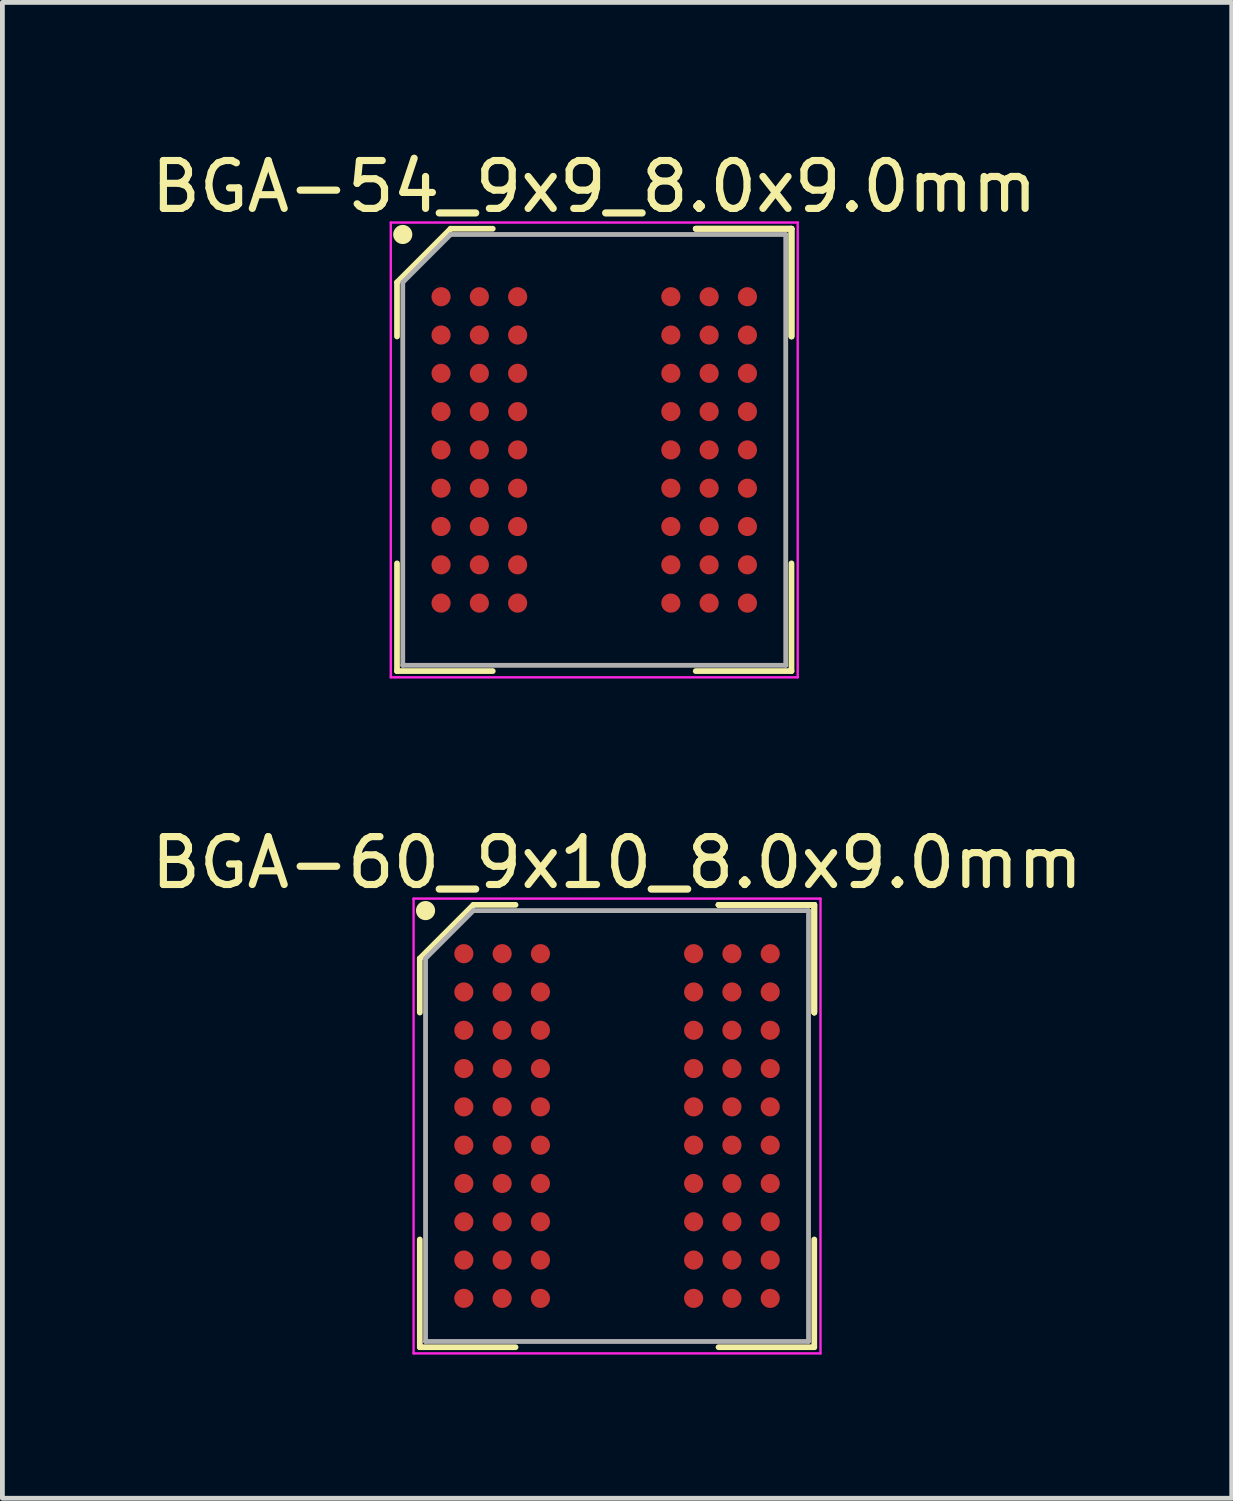
<source format=kicad_pcb>
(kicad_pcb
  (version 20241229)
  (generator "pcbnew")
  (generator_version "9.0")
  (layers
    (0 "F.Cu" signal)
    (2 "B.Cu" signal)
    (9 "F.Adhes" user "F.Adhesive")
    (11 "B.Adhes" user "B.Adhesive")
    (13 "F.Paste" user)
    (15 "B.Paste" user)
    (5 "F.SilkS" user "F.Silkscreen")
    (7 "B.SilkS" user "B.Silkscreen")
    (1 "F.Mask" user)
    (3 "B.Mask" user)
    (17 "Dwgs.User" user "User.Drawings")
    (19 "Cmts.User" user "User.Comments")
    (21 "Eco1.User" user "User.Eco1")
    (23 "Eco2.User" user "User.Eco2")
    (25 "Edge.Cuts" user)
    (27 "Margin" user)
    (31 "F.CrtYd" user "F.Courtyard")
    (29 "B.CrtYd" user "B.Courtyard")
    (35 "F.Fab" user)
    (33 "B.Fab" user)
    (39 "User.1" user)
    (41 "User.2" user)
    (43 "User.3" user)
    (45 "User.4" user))
  (footprint "BGA-60_9x10_8.0x9.0mm"
    (layer "F.Cu")
    (at 9.839 20.471)
    (property "Reference" "BGA-60_9x10_8.0x9.0mm" (at 0 -5.5 0) (layer "F.SilkS") (effects (font (size 1 1) (thickness 0.15))))
    (attr smd)
    (fp_line (start -4.12 -3.5) (end -4.12 -2.37) (stroke (width 0.12) (type solid)) (layer "F.SilkS"))
    (fp_line (start -4.12 4.62) (end -4.12 2.37) (stroke (width 0.12) (type solid)) (layer "F.SilkS"))
    (fp_line (start -3 -4.62) (end -4.12 -3.5) (stroke (width 0.12) (type solid)) (layer "F.SilkS"))
    (fp_line (start -2.12 -4.62) (end -3 -4.62) (stroke (width 0.12) (type solid)) (layer "F.SilkS"))
    (fp_line (start -2.12 4.62) (end -4.12 4.62) (stroke (width 0.12) (type solid)) (layer "F.SilkS"))
    (fp_line (start 2.12 -4.62) (end 4.12 -4.62) (stroke (width 0.12) (type solid)) (layer "F.SilkS"))
    (fp_line (start 2.12 -4.62) (end 4.12 -4.62) (stroke (width 0.12) (type solid)) (layer "F.SilkS"))
    (fp_line (start 2.12 -4.62) (end 4.12 -4.62) (stroke (width 0.12) (type solid)) (layer "F.SilkS"))
    (fp_line (start 2.12 4.62) (end 4.12 4.62) (stroke (width 0.12) (type solid)) (layer "F.SilkS"))
    (fp_line (start 4.12 -4.62) (end 4.12 -2.37) (stroke (width 0.12) (type solid)) (layer "F.SilkS"))
    (fp_line (start 4.12 -4.62) (end 4.12 -2.37) (stroke (width 0.12) (type solid)) (layer "F.SilkS"))
    (fp_line (start 4.12 -4.62) (end 4.12 -2.37) (stroke (width 0.12) (type solid)) (layer "F.SilkS"))
    (fp_line (start 4.12 4.62) (end 4.12 2.37) (stroke (width 0.12) (type solid)) (layer "F.SilkS"))
    (fp_circle (center -4 -4.5) (end -4 -4.4) (stroke (width 0.2) (type solid)) (fill no) (layer "F.SilkS"))
    (fp_line (start -4.25 -4.75) (end 4.25 -4.75) (stroke (width 0.05) (type solid)) (layer "F.CrtYd"))
    (fp_line (start -4.25 4.75) (end -4.25 -4.75) (stroke (width 0.05) (type solid)) (layer "F.CrtYd"))
    (fp_line (start 4.25 -4.75) (end 4.25 4.75) (stroke (width 0.05) (type solid)) (layer "F.CrtYd"))
    (fp_line (start 4.25 4.75) (end -4.25 4.75) (stroke (width 0.05) (type solid)) (layer "F.CrtYd"))
    (fp_line (start -4 -3.5) (end -4 4.5) (stroke (width 0.1) (type solid)) (layer "F.Fab"))
    (fp_line (start -4 4.5) (end 4 4.5) (stroke (width 0.1) (type solid)) (layer "F.Fab"))
    (fp_line (start -3 -4.5) (end -4 -3.5) (stroke (width 0.1) (type solid)) (layer "F.Fab"))
    (fp_line (start 4 -4.5) (end -3 -4.5) (stroke (width 0.1) (type solid)) (layer "F.Fab"))
    (fp_line (start 4 4.5) (end 4 -4.5) (stroke (width 0.1) (type solid)) (layer "F.Fab"))
    (pad "A1" smd circle (at -3.2 -3.6) (size 0.4 0.4) (layers "F.Cu" "F.Mask" "F.Paste"))
    (pad "A2" smd circle (at -2.4 -3.6) (size 0.4 0.4) (layers "F.Cu" "F.Mask" "F.Paste"))
    (pad "A3" smd circle (at -1.6 -3.6) (size 0.4 0.4) (layers "F.Cu" "F.Mask" "F.Paste"))
    (pad "A7" smd circle (at 1.6 -3.6) (size 0.4 0.4) (layers "F.Cu" "F.Mask" "F.Paste"))
    (pad "A8" smd circle (at 2.4 -3.6) (size 0.4 0.4) (layers "F.Cu" "F.Mask" "F.Paste"))
    (pad "A9" smd circle (at 3.2 -3.6) (size 0.4 0.4) (layers "F.Cu" "F.Mask" "F.Paste"))
    (pad "B1" smd circle (at -3.2 -2.8) (size 0.4 0.4) (layers "F.Cu" "F.Mask" "F.Paste"))
    (pad "B2" smd circle (at -2.4 -2.8) (size 0.4 0.4) (layers "F.Cu" "F.Mask" "F.Paste"))
    (pad "B3" smd circle (at -1.6 -2.8) (size 0.4 0.4) (layers "F.Cu" "F.Mask" "F.Paste"))
    (pad "B7" smd circle (at 1.6 -2.8) (size 0.4 0.4) (layers "F.Cu" "F.Mask" "F.Paste"))
    (pad "B8" smd circle (at 2.4 -2.8) (size 0.4 0.4) (layers "F.Cu" "F.Mask" "F.Paste"))
    (pad "B9" smd circle (at 3.2 -2.8) (size 0.4 0.4) (layers "F.Cu" "F.Mask" "F.Paste"))
    (pad "C1" smd circle (at -3.2 -2) (size 0.4 0.4) (layers "F.Cu" "F.Mask" "F.Paste"))
    (pad "C2" smd circle (at -2.4 -2) (size 0.4 0.4) (layers "F.Cu" "F.Mask" "F.Paste"))
    (pad "C3" smd circle (at -1.6 -2) (size 0.4 0.4) (layers "F.Cu" "F.Mask" "F.Paste"))
    (pad "C7" smd circle (at 1.6 -2) (size 0.4 0.4) (layers "F.Cu" "F.Mask" "F.Paste"))
    (pad "C8" smd circle (at 2.4 -2) (size 0.4 0.4) (layers "F.Cu" "F.Mask" "F.Paste"))
    (pad "C9" smd circle (at 3.2 -2) (size 0.4 0.4) (layers "F.Cu" "F.Mask" "F.Paste"))
    (pad "D1" smd circle (at -3.2 -1.2) (size 0.4 0.4) (layers "F.Cu" "F.Mask" "F.Paste"))
    (pad "D2" smd circle (at -2.4 -1.2) (size 0.4 0.4) (layers "F.Cu" "F.Mask" "F.Paste"))
    (pad "D3" smd circle (at -1.6 -1.2) (size 0.4 0.4) (layers "F.Cu" "F.Mask" "F.Paste"))
    (pad "D7" smd circle (at 1.6 -1.2) (size 0.4 0.4) (layers "F.Cu" "F.Mask" "F.Paste"))
    (pad "D8" smd circle (at 2.4 -1.2) (size 0.4 0.4) (layers "F.Cu" "F.Mask" "F.Paste"))
    (pad "D9" smd circle (at 3.2 -1.2) (size 0.4 0.4) (layers "F.Cu" "F.Mask" "F.Paste"))
    (pad "E1" smd circle (at -3.2 -0.4) (size 0.4 0.4) (layers "F.Cu" "F.Mask" "F.Paste"))
    (pad "E2" smd circle (at -2.4 -0.4) (size 0.4 0.4) (layers "F.Cu" "F.Mask" "F.Paste"))
    (pad "E3" smd circle (at -1.6 -0.4) (size 0.4 0.4) (layers "F.Cu" "F.Mask" "F.Paste"))
    (pad "E7" smd circle (at 1.6 -0.4) (size 0.4 0.4) (layers "F.Cu" "F.Mask" "F.Paste"))
    (pad "E8" smd circle (at 2.4 -0.4) (size 0.4 0.4) (layers "F.Cu" "F.Mask" "F.Paste"))
    (pad "E9" smd circle (at 3.2 -0.4) (size 0.4 0.4) (layers "F.Cu" "F.Mask" "F.Paste"))
    (pad "F1" smd circle (at -3.2 0.4) (size 0.4 0.4) (layers "F.Cu" "F.Mask" "F.Paste"))
    (pad "F2" smd circle (at -2.4 0.4) (size 0.4 0.4) (layers "F.Cu" "F.Mask" "F.Paste"))
    (pad "F3" smd circle (at -1.6 0.4) (size 0.4 0.4) (layers "F.Cu" "F.Mask" "F.Paste"))
    (pad "F7" smd circle (at 1.6 0.4) (size 0.4 0.4) (layers "F.Cu" "F.Mask" "F.Paste"))
    (pad "F8" smd circle (at 2.4 0.4) (size 0.4 0.4) (layers "F.Cu" "F.Mask" "F.Paste"))
    (pad "F9" smd circle (at 3.2 0.4) (size 0.4 0.4) (layers "F.Cu" "F.Mask" "F.Paste"))
    (pad "G1" smd circle (at -3.2 1.2) (size 0.4 0.4) (layers "F.Cu" "F.Mask" "F.Paste"))
    (pad "G2" smd circle (at -2.4 1.2) (size 0.4 0.4) (layers "F.Cu" "F.Mask" "F.Paste"))
    (pad "G3" smd circle (at -1.6 1.2) (size 0.4 0.4) (layers "F.Cu" "F.Mask" "F.Paste"))
    (pad "G7" smd circle (at 1.6 1.2) (size 0.4 0.4) (layers "F.Cu" "F.Mask" "F.Paste"))
    (pad "G8" smd circle (at 2.4 1.2) (size 0.4 0.4) (layers "F.Cu" "F.Mask" "F.Paste"))
    (pad "G9" smd circle (at 3.2 1.2) (size 0.4 0.4) (layers "F.Cu" "F.Mask" "F.Paste"))
    (pad "H1" smd circle (at -3.2 2) (size 0.4 0.4) (layers "F.Cu" "F.Mask" "F.Paste"))
    (pad "H2" smd circle (at -2.4 2) (size 0.4 0.4) (layers "F.Cu" "F.Mask" "F.Paste"))
    (pad "H3" smd circle (at -1.6 2) (size 0.4 0.4) (layers "F.Cu" "F.Mask" "F.Paste"))
    (pad "H7" smd circle (at 1.6 2) (size 0.4 0.4) (layers "F.Cu" "F.Mask" "F.Paste"))
    (pad "H8" smd circle (at 2.4 2) (size 0.4 0.4) (layers "F.Cu" "F.Mask" "F.Paste"))
    (pad "H9" smd circle (at 3.2 2) (size 0.4 0.4) (layers "F.Cu" "F.Mask" "F.Paste"))
    (pad "J1" smd circle (at -3.2 2.8) (size 0.4 0.4) (layers "F.Cu" "F.Mask" "F.Paste"))
    (pad "J2" smd circle (at -2.4 2.8) (size 0.4 0.4) (layers "F.Cu" "F.Mask" "F.Paste"))
    (pad "J3" smd circle (at -1.6 2.8) (size 0.4 0.4) (layers "F.Cu" "F.Mask" "F.Paste"))
    (pad "J7" smd circle (at 1.6 2.8) (size 0.4 0.4) (layers "F.Cu" "F.Mask" "F.Paste"))
    (pad "J8" smd circle (at 2.4 2.8) (size 0.4 0.4) (layers "F.Cu" "F.Mask" "F.Paste"))
    (pad "J9" smd circle (at 3.2 2.8) (size 0.4 0.4) (layers "F.Cu" "F.Mask" "F.Paste"))
    (pad "K1" smd circle (at -3.2 3.6) (size 0.4 0.4) (layers "F.Cu" "F.Mask" "F.Paste"))
    (pad "K2" smd circle (at -2.4 3.6) (size 0.4 0.4) (layers "F.Cu" "F.Mask" "F.Paste"))
    (pad "K3" smd circle (at -1.6 3.6) (size 0.4 0.4) (layers "F.Cu" "F.Mask" "F.Paste"))
    (pad "K7" smd circle (at 1.6 3.6) (size 0.4 0.4) (layers "F.Cu" "F.Mask" "F.Paste"))
    (pad "K8" smd circle (at 2.4 3.6) (size 0.4 0.4) (layers "F.Cu" "F.Mask" "F.Paste"))
    (pad "K9" smd circle (at 3.2 3.6) (size 0.4 0.4) (layers "F.Cu" "F.Mask" "F.Paste")))
  (footprint "BGA-54_9x9_8.0x9.0mm"
    (layer "F.Cu")
    (at 9.363 6.348)
    (property "Reference" "BGA-54_9x9_8.0x9.0mm" (at 0 -5.5 0) (layer "F.SilkS") (effects (font (size 1 1) (thickness 0.15))))
    (attr through_hole)
    (fp_line (start -4.12 -3.5) (end -4.12 -2.37) (stroke (width 0.12) (type solid)) (layer "F.SilkS"))
    (fp_line (start -4.12 4.62) (end -4.12 2.37) (stroke (width 0.12) (type solid)) (layer "F.SilkS"))
    (fp_line (start -3 -4.62) (end -4.12 -3.5) (stroke (width 0.12) (type solid)) (layer "F.SilkS"))
    (fp_line (start -2.12 -4.62) (end -3 -4.62) (stroke (width 0.12) (type solid)) (layer "F.SilkS"))
    (fp_line (start -2.12 4.62) (end -4.12 4.62) (stroke (width 0.12) (type solid)) (layer "F.SilkS"))
    (fp_line (start 2.12 -4.62) (end 4.12 -4.62) (stroke (width 0.12) (type solid)) (layer "F.SilkS"))
    (fp_line (start 2.12 -4.62) (end 4.12 -4.62) (stroke (width 0.12) (type solid)) (layer "F.SilkS"))
    (fp_line (start 2.12 -4.62) (end 4.12 -4.62) (stroke (width 0.12) (type solid)) (layer "F.SilkS"))
    (fp_line (start 2.12 4.62) (end 4.12 4.62) (stroke (width 0.12) (type solid)) (layer "F.SilkS"))
    (fp_line (start 4.12 -4.62) (end 4.12 -2.37) (stroke (width 0.12) (type solid)) (layer "F.SilkS"))
    (fp_line (start 4.12 -4.62) (end 4.12 -2.37) (stroke (width 0.12) (type solid)) (layer "F.SilkS"))
    (fp_line (start 4.12 -4.62) (end 4.12 -2.37) (stroke (width 0.12) (type solid)) (layer "F.SilkS"))
    (fp_line (start 4.12 4.62) (end 4.12 2.37) (stroke (width 0.12) (type solid)) (layer "F.SilkS"))
    (fp_circle (center -4 -4.5) (end -4 -4.4) (stroke (width 0.2) (type solid)) (fill no) (layer "F.SilkS"))
    (fp_line (start -4.25 -4.75) (end 4.25 -4.75) (stroke (width 0.05) (type solid)) (layer "F.CrtYd"))
    (fp_line (start -4.25 4.75) (end -4.25 -4.75) (stroke (width 0.05) (type solid)) (layer "F.CrtYd"))
    (fp_line (start 4.25 -4.75) (end 4.25 4.75) (stroke (width 0.05) (type solid)) (layer "F.CrtYd"))
    (fp_line (start 4.25 4.75) (end -4.25 4.75) (stroke (width 0.05) (type solid)) (layer "F.CrtYd"))
    (fp_line (start -4 -3.5) (end -4 4.5) (stroke (width 0.1) (type solid)) (layer "F.Fab"))
    (fp_line (start -4 4.5) (end 4 4.5) (stroke (width 0.1) (type solid)) (layer "F.Fab"))
    (fp_line (start -3 -4.5) (end -4 -3.5) (stroke (width 0.1) (type solid)) (layer "F.Fab"))
    (fp_line (start 4 -4.5) (end -3 -4.5) (stroke (width 0.1) (type solid)) (layer "F.Fab"))
    (fp_line (start 4 4.5) (end 4 -4.5) (stroke (width 0.1) (type solid)) (layer "F.Fab"))
    (pad "A1" smd circle (at -3.2 -3.2) (size 0.4 0.4) (layers "F.Cu" "F.Mask" "F.Paste"))
    (pad "A2" smd circle (at -2.4 -3.2) (size 0.4 0.4) (layers "F.Cu" "F.Mask" "F.Paste"))
    (pad "A3" smd circle (at -1.6 -3.2) (size 0.4 0.4) (layers "F.Cu" "F.Mask" "F.Paste"))
    (pad "A7" smd circle (at 1.6 -3.2) (size 0.4 0.4) (layers "F.Cu" "F.Mask" "F.Paste"))
    (pad "A8" smd circle (at 2.4 -3.2) (size 0.4 0.4) (layers "F.Cu" "F.Mask" "F.Paste"))
    (pad "A9" smd circle (at 3.2 -3.2) (size 0.4 0.4) (layers "F.Cu" "F.Mask" "F.Paste"))
    (pad "B1" smd circle (at -3.2 -2.4) (size 0.4 0.4) (layers "F.Cu" "F.Mask" "F.Paste"))
    (pad "B2" smd circle (at -2.4 -2.4) (size 0.4 0.4) (layers "F.Cu" "F.Mask" "F.Paste"))
    (pad "B3" smd circle (at -1.6 -2.4) (size 0.4 0.4) (layers "F.Cu" "F.Mask" "F.Paste"))
    (pad "B7" smd circle (at 1.6 -2.4) (size 0.4 0.4) (layers "F.Cu" "F.Mask" "F.Paste"))
    (pad "B8" smd circle (at 2.4 -2.4) (size 0.4 0.4) (layers "F.Cu" "F.Mask" "F.Paste"))
    (pad "B9" smd circle (at 3.2 -2.4) (size 0.4 0.4) (layers "F.Cu" "F.Mask" "F.Paste"))
    (pad "C1" smd circle (at -3.2 -1.6) (size 0.4 0.4) (layers "F.Cu" "F.Mask" "F.Paste"))
    (pad "C2" smd circle (at -2.4 -1.6) (size 0.4 0.4) (layers "F.Cu" "F.Mask" "F.Paste"))
    (pad "C3" smd circle (at -1.6 -1.6) (size 0.4 0.4) (layers "F.Cu" "F.Mask" "F.Paste"))
    (pad "C7" smd circle (at 1.6 -1.6) (size 0.4 0.4) (layers "F.Cu" "F.Mask" "F.Paste"))
    (pad "C8" smd circle (at 2.4 -1.6) (size 0.4 0.4) (layers "F.Cu" "F.Mask" "F.Paste"))
    (pad "C9" smd circle (at 3.2 -1.6) (size 0.4 0.4) (layers "F.Cu" "F.Mask" "F.Paste"))
    (pad "D1" smd circle (at -3.2 -0.8) (size 0.4 0.4) (layers "F.Cu" "F.Mask" "F.Paste"))
    (pad "D2" smd circle (at -2.4 -0.8) (size 0.4 0.4) (layers "F.Cu" "F.Mask" "F.Paste"))
    (pad "D3" smd circle (at -1.6 -0.8) (size 0.4 0.4) (layers "F.Cu" "F.Mask" "F.Paste"))
    (pad "D7" smd circle (at 1.6 -0.8) (size 0.4 0.4) (layers "F.Cu" "F.Mask" "F.Paste"))
    (pad "D8" smd circle (at 2.4 -0.8) (size 0.4 0.4) (layers "F.Cu" "F.Mask" "F.Paste"))
    (pad "D9" smd circle (at 3.2 -0.8) (size 0.4 0.4) (layers "F.Cu" "F.Mask" "F.Paste"))
    (pad "E1" smd circle (at -3.2 0) (size 0.4 0.4) (layers "F.Cu" "F.Mask" "F.Paste"))
    (pad "E2" smd circle (at -2.4 0) (size 0.4 0.4) (layers "F.Cu" "F.Mask" "F.Paste"))
    (pad "E3" smd circle (at -1.6 0) (size 0.4 0.4) (layers "F.Cu" "F.Mask" "F.Paste"))
    (pad "E7" smd circle (at 1.6 0) (size 0.4 0.4) (layers "F.Cu" "F.Mask" "F.Paste"))
    (pad "E8" smd circle (at 2.4 0) (size 0.4 0.4) (layers "F.Cu" "F.Mask" "F.Paste"))
    (pad "E9" smd circle (at 3.2 0) (size 0.4 0.4) (layers "F.Cu" "F.Mask" "F.Paste"))
    (pad "F1" smd circle (at -3.2 0.8) (size 0.4 0.4) (layers "F.Cu" "F.Mask" "F.Paste"))
    (pad "F2" smd circle (at -2.4 0.8) (size 0.4 0.4) (layers "F.Cu" "F.Mask" "F.Paste"))
    (pad "F3" smd circle (at -1.6 0.8) (size 0.4 0.4) (layers "F.Cu" "F.Mask" "F.Paste"))
    (pad "F7" smd circle (at 1.6 0.8) (size 0.4 0.4) (layers "F.Cu" "F.Mask" "F.Paste"))
    (pad "F8" smd circle (at 2.4 0.8) (size 0.4 0.4) (layers "F.Cu" "F.Mask" "F.Paste"))
    (pad "F9" smd circle (at 3.2 0.8) (size 0.4 0.4) (layers "F.Cu" "F.Mask" "F.Paste"))
    (pad "G1" smd circle (at -3.2 1.6) (size 0.4 0.4) (layers "F.Cu" "F.Mask" "F.Paste"))
    (pad "G2" smd circle (at -2.4 1.6) (size 0.4 0.4) (layers "F.Cu" "F.Mask" "F.Paste"))
    (pad "G3" smd circle (at -1.6 1.6) (size 0.4 0.4) (layers "F.Cu" "F.Mask" "F.Paste"))
    (pad "G7" smd circle (at 1.6 1.6) (size 0.4 0.4) (layers "F.Cu" "F.Mask" "F.Paste"))
    (pad "G8" smd circle (at 2.4 1.6) (size 0.4 0.4) (layers "F.Cu" "F.Mask" "F.Paste"))
    (pad "G9" smd circle (at 3.2 1.6) (size 0.4 0.4) (layers "F.Cu" "F.Mask" "F.Paste"))
    (pad "H1" smd circle (at -3.2 2.4) (size 0.4 0.4) (layers "F.Cu" "F.Mask" "F.Paste"))
    (pad "H2" smd circle (at -2.4 2.4) (size 0.4 0.4) (layers "F.Cu" "F.Mask" "F.Paste"))
    (pad "H3" smd circle (at -1.6 2.4) (size 0.4 0.4) (layers "F.Cu" "F.Mask" "F.Paste"))
    (pad "H7" smd circle (at 1.6 2.4) (size 0.4 0.4) (layers "F.Cu" "F.Mask" "F.Paste"))
    (pad "H8" smd circle (at 2.4 2.4) (size 0.4 0.4) (layers "F.Cu" "F.Mask" "F.Paste"))
    (pad "H9" smd circle (at 3.2 2.4) (size 0.4 0.4) (layers "F.Cu" "F.Mask" "F.Paste"))
    (pad "J1" smd circle (at -3.2 3.2) (size 0.4 0.4) (layers "F.Cu" "F.Mask" "F.Paste"))
    (pad "J2" smd circle (at -2.4 3.2) (size 0.4 0.4) (layers "F.Cu" "F.Mask" "F.Paste"))
    (pad "J3" smd circle (at -1.6 3.2) (size 0.4 0.4) (layers "F.Cu" "F.Mask" "F.Paste"))
    (pad "J7" smd circle (at 1.6 3.2) (size 0.4 0.4) (layers "F.Cu" "F.Mask" "F.Paste"))
    (pad "J8" smd circle (at 2.4 3.2) (size 0.4 0.4) (layers "F.Cu" "F.Mask" "F.Paste"))
    (pad "J9" smd circle (at 3.2 3.2) (size 0.4 0.4) (layers "F.Cu" "F.Mask" "F.Paste")))
  (gr_rect
    (start -3 -3)
    (end 22.679 28.247)
    (stroke (width 0.1) (type default))
    (fill no)
    (layer "Edge.Cuts")))
</source>
